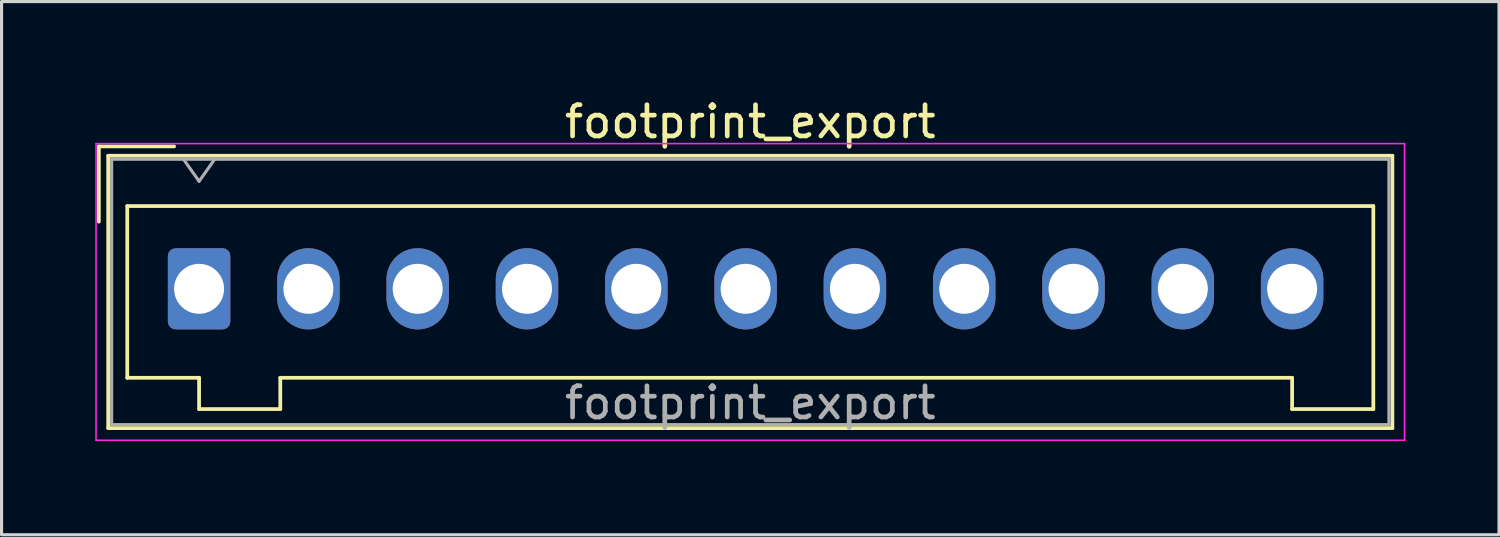
<source format=kicad_pcb>
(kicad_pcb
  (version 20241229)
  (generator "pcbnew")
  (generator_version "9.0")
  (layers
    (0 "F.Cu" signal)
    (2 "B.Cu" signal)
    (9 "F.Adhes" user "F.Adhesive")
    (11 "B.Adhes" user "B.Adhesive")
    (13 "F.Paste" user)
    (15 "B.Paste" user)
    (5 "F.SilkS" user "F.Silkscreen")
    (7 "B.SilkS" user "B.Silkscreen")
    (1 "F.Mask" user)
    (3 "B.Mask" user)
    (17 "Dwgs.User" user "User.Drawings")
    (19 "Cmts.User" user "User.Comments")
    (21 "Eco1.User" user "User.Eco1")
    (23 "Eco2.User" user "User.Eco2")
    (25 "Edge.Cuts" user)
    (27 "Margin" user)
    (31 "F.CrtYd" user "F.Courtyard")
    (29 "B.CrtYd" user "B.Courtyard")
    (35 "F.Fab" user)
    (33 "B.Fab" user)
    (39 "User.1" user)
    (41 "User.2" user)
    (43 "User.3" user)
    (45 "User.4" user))
  (footprint "footprint_export"
    (layer "F.Cu")
    (at 3.325 6.198)
    (property "Reference" "footprint_export" (at 17.65 -5.35 0) (layer "F.SilkS") (effects (font (size 1 1) (thickness 0.15))))
    (attr through_hole)
    (fp_line (start -3.21 -4.56) (end -0.8 -4.56) (stroke (width 0.12) (type solid)) (layer "F.SilkS"))
    (fp_line (start -3.21 -2.15) (end -3.21 -4.56) (stroke (width 0.12) (type solid)) (layer "F.SilkS"))
    (fp_line (start -2.91 -4.26) (end -2.91 4.46) (stroke (width 0.12) (type solid)) (layer "F.SilkS"))
    (fp_line (start -2.91 4.46) (end 38.21 4.46) (stroke (width 0.12) (type solid)) (layer "F.SilkS"))
    (fp_line (start -2.3 -2.65) (end -2.3 2.85) (stroke (width 0.12) (type solid)) (layer "F.SilkS"))
    (fp_line (start -2.3 2.85) (end 0 2.85) (stroke (width 0.12) (type solid)) (layer "F.SilkS"))
    (fp_line (start 0 2.85) (end 0 3.85) (stroke (width 0.12) (type solid)) (layer "F.SilkS"))
    (fp_line (start 0 3.85) (end 2.6 3.85) (stroke (width 0.12) (type solid)) (layer "F.SilkS"))
    (fp_line (start 2.6 2.85) (end 35 2.85) (stroke (width 0.12) (type solid)) (layer "F.SilkS"))
    (fp_line (start 2.6 3.85) (end 2.6 2.85) (stroke (width 0.12) (type solid)) (layer "F.SilkS"))
    (fp_line (start 35 2.85) (end 35 3.85) (stroke (width 0.12) (type solid)) (layer "F.SilkS"))
    (fp_line (start 35 3.85) (end 37.6 3.85) (stroke (width 0.12) (type solid)) (layer "F.SilkS"))
    (fp_line (start 37.6 -2.65) (end -2.3 -2.65) (stroke (width 0.12) (type solid)) (layer "F.SilkS"))
    (fp_line (start 37.6 3.85) (end 37.6 -2.65) (stroke (width 0.12) (type solid)) (layer "F.SilkS"))
    (fp_line (start 38.21 -4.26) (end -2.91 -4.26) (stroke (width 0.12) (type solid)) (layer "F.SilkS"))
    (fp_line (start 38.21 4.46) (end 38.21 -4.26) (stroke (width 0.12) (type solid)) (layer "F.SilkS"))
    (fp_line (start -3.3 -4.65) (end -3.3 4.85) (stroke (width 0.05) (type solid)) (layer "F.CrtYd"))
    (fp_line (start -3.3 4.85) (end 38.6 4.85) (stroke (width 0.05) (type solid)) (layer "F.CrtYd"))
    (fp_line (start 38.6 -4.65) (end -3.3 -4.65) (stroke (width 0.05) (type solid)) (layer "F.CrtYd"))
    (fp_line (start 38.6 4.85) (end 38.6 -4.65) (stroke (width 0.05) (type solid)) (layer "F.CrtYd"))
    (fp_line (start -2.8 -4.15) (end -2.8 4.35) (stroke (width 0.1) (type solid)) (layer "F.Fab"))
    (fp_line (start -2.8 4.35) (end 38.1 4.35) (stroke (width 0.1) (type solid)) (layer "F.Fab"))
    (fp_line (start -0.5 -4.15) (end 0 -3.443) (stroke (width 0.1) (type solid)) (layer "F.Fab"))
    (fp_line (start 0 -3.443) (end 0.5 -4.15) (stroke (width 0.1) (type solid)) (layer "F.Fab"))
    (fp_line (start 38.1 -4.15) (end -2.8 -4.15) (stroke (width 0.1) (type solid)) (layer "F.Fab"))
    (fp_line (start 38.1 4.35) (end 38.1 -4.15) (stroke (width 0.1) (type solid)) (layer "F.Fab"))
    (fp_text user "${REFERENCE}" (at 17.65 3.65 0) (layer "F.Fab") (effects (font (size 1 1) (thickness 0.15))))
    (pad "1" thru_hole roundrect (at 0 0) (size 2 2.6) (drill 1.6) (layers "*.Cu" "*.Mask") (roundrect_rratio 0.125))
    (pad "2" thru_hole oval (at 3.5 0) (size 2 2.6) (drill 1.6) (layers "*.Cu" "*.Mask"))
    (pad "3" thru_hole oval (at 7 0) (size 2 2.6) (drill 1.6) (layers "*.Cu" "*.Mask"))
    (pad "4" thru_hole oval (at 10.5 0) (size 2 2.6) (drill 1.6) (layers "*.Cu" "*.Mask"))
    (pad "5" thru_hole oval (at 14 0) (size 2 2.6) (drill 1.6) (layers "*.Cu" "*.Mask"))
    (pad "6" thru_hole oval (at 17.5 0) (size 2 2.6) (drill 1.6) (layers "*.Cu" "*.Mask"))
    (pad "7" thru_hole oval (at 21 0) (size 2 2.6) (drill 1.6) (layers "*.Cu" "*.Mask"))
    (pad "8" thru_hole oval (at 24.5 0) (size 2 2.6) (drill 1.6) (layers "*.Cu" "*.Mask"))
    (pad "9" thru_hole oval (at 28 0) (size 2 2.6) (drill 1.6) (layers "*.Cu" "*.Mask"))
    (pad "10" thru_hole oval (at 31.5 0) (size 2 2.6) (drill 1.6) (layers "*.Cu" "*.Mask"))
    (pad "11" thru_hole oval (at 35 0) (size 2 2.6) (drill 1.6) (layers "*.Cu" "*.Mask")))
  (gr_rect
    (start -3 -3)
    (end 44.95 14.073)
    (stroke (width 0.1) (type default))
    (fill no)
    (layer "Edge.Cuts")))
</source>
